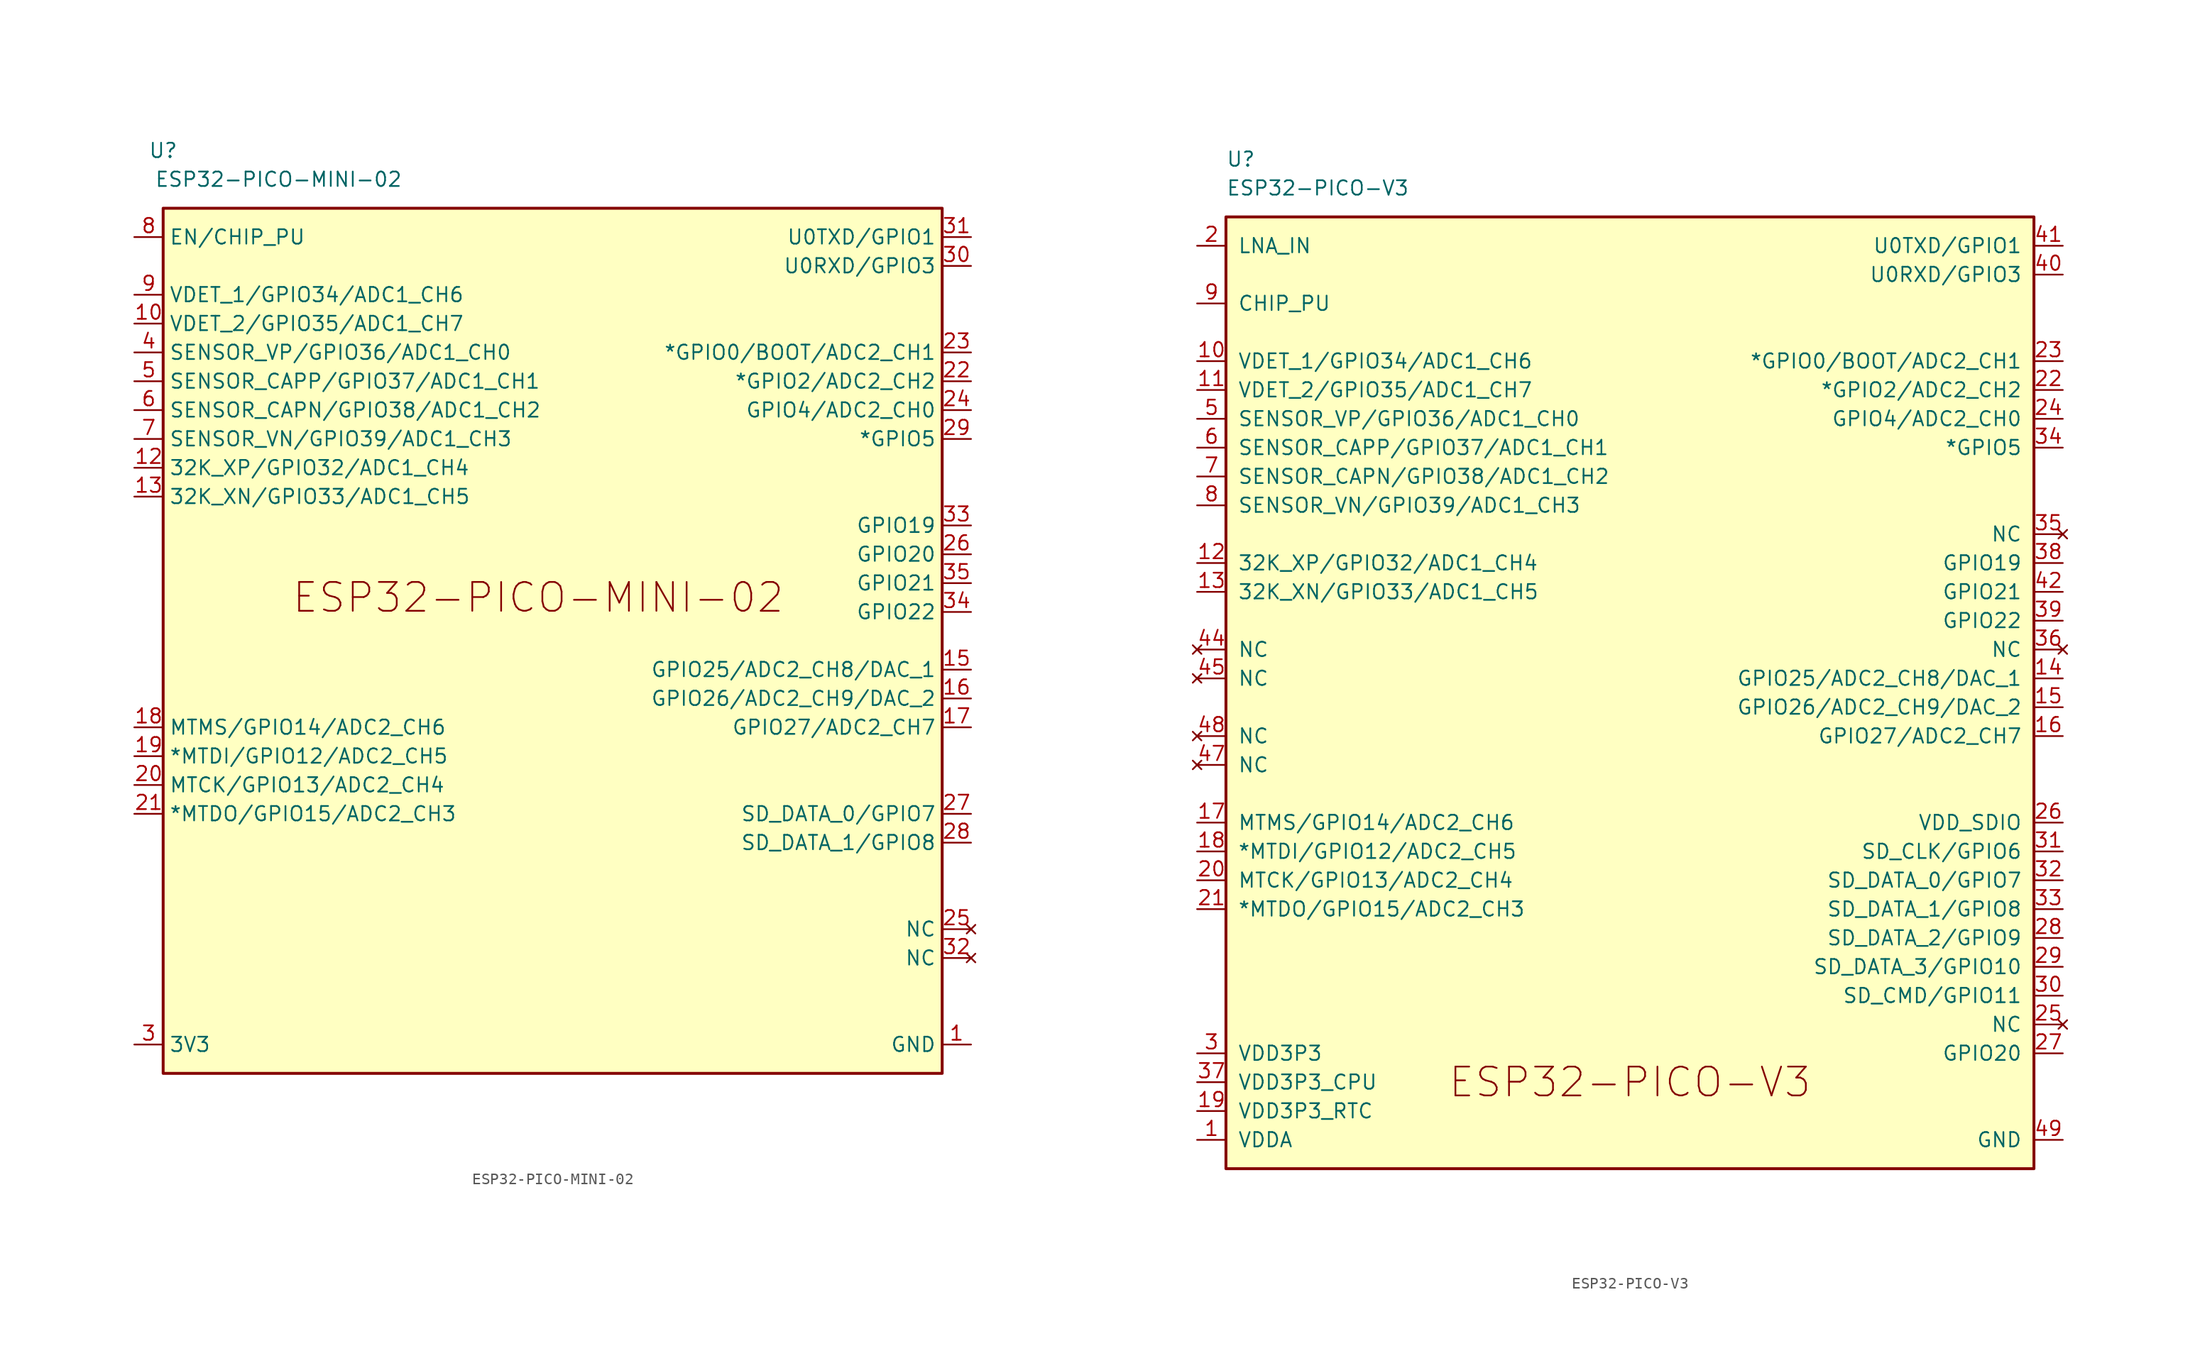
<source format=kicad_sym>
(kicad_symbol_lib
  (version 20211014)
  (generator kicad_symbol_editor)
  (symbol "ESP32-PICO-MINI-02"
    (property "Reference" "U"
      (at -33.02 43.18 0)
      (effects (font (size 1.27 1.27))))
    (property "Value" "ESP32-PICO-MINI-02"
      (at -22.86 40.64 0)
      (effects (font (size 1.27 1.27))))
    (symbol "ESP32-PICO-MINI-02_0_0"
      (text "ESP32-PICO-MINI-02" (at 0 3.81 0) (effects (font (size 2.54 2.54))))
      (pin power_in line (at 38.1 -35.56 180) (length 2.54) (name "GND" (effects (font (size 1.27 1.27)))) (number "1" (effects (font (size 1.27 1.27)))))
      (pin passive line (at 38.1 -35.56 180) (length 2.54) hide (name "GND" (effects (font (size 1.27 1.27)))) (number "37" (effects (font (size 1.27 1.27)))))
      (pin passive line (at 38.1 -35.56 180) (length 2.54) hide (name "GND" (effects (font (size 1.27 1.27)))) (number "38" (effects (font (size 1.27 1.27)))))
      (pin passive line (at 38.1 -35.56 180) (length 2.54) hide (name "GND" (effects (font (size 1.27 1.27)))) (number "39" (effects (font (size 1.27 1.27)))))
      (pin passive line (at 38.1 -35.56 180) (length 2.54) hide (name "GND" (effects (font (size 1.27 1.27)))) (number "40" (effects (font (size 1.27 1.27)))))
      (pin passive line (at 38.1 -35.56 180) (length 2.54) hide (name "GND" (effects (font (size 1.27 1.27)))) (number "41" (effects (font (size 1.27 1.27)))))
      (pin passive line (at 38.1 -35.56 180) (length 2.54) hide (name "GND" (effects (font (size 1.27 1.27)))) (number "42" (effects (font (size 1.27 1.27)))))
      (pin passive line (at 38.1 -35.56 180) (length 2.54) hide (name "GND" (effects (font (size 1.27 1.27)))) (number "43" (effects (font (size 1.27 1.27)))))
      (pin passive line (at 38.1 -35.56 180) (length 2.54) hide (name "GND" (effects (font (size 1.27 1.27)))) (number "44" (effects (font (size 1.27 1.27)))))
      (pin passive line (at 38.1 -35.56 180) (length 2.54) hide (name "GND" (effects (font (size 1.27 1.27)))) (number "45" (effects (font (size 1.27 1.27)))))
      (pin passive line (at 38.1 -35.56 180) (length 2.54) hide (name "GND" (effects (font (size 1.27 1.27)))) (number "46" (effects (font (size 1.27 1.27)))))
      (pin passive line (at 38.1 -35.56 180) (length 2.54) hide (name "GND" (effects (font (size 1.27 1.27)))) (number "47" (effects (font (size 1.27 1.27)))))
      (pin passive line (at 38.1 -35.56 180) (length 2.54) hide (name "GND" (effects (font (size 1.27 1.27)))) (number "48" (effects (font (size 1.27 1.27)))))
      (pin passive line (at 38.1 -35.56 180) (length 2.54) hide (name "GND" (effects (font (size 1.27 1.27)))) (number "49" (effects (font (size 1.27 1.27)))))
      (pin passive line (at 38.1 -35.56 180) (length 2.54) hide (name "GND" (effects (font (size 1.27 1.27)))) (number "50" (effects (font (size 1.27 1.27)))))
      (pin passive line (at 38.1 -35.56 180) (length 2.54) hide (name "GND" (effects (font (size 1.27 1.27)))) (number "51" (effects (font (size 1.27 1.27)))))
      (pin passive line (at 38.1 -35.56 180) (length 2.54) hide (name "GND" (effects (font (size 1.27 1.27)))) (number "52" (effects (font (size 1.27 1.27)))))
      (pin passive line (at 38.1 -35.56 180) (length 2.54) hide (name "GND" (effects (font (size 1.27 1.27)))) (number "53" (effects (font (size 1.27 1.27))))))
    (symbol "ESP32-PICO-MINI-02_0_1"
      (rectangle (start -33.02 38.1) (end 35.56 -38.1) (stroke (width 0.254) (type default) (color 0 0 0 0)) (fill (type background))))
    (symbol "ESP32-PICO-MINI-02_1_1"
      (pin input line (at -35.56 27.94 0) (length 2.54) (name "VDET_2/GPIO35/ADC1_CH7" (effects (font (size 1.27 1.27)))) (number "10" (effects (font (size 1.27 1.27)))))
      (pin passive line (at 38.1 -35.56 180) (length 2.54) hide (name "GND" (effects (font (size 1.27 1.27)))) (number "11" (effects (font (size 1.27 1.27)))))
      (pin bidirectional line (at -35.56 15.24 0) (length 2.54) (name "32K_XP/GPIO32/ADC1_CH4" (effects (font (size 1.27 1.27)))) (number "12" (effects (font (size 1.27 1.27)))))
      (pin bidirectional line (at -35.56 12.7 0) (length 2.54) (name "32K_XN/GPIO33/ADC1_CH5" (effects (font (size 1.27 1.27)))) (number "13" (effects (font (size 1.27 1.27)))))
      (pin passive line (at 38.1 -35.56 180) (length 2.54) hide (name "GND" (effects (font (size 1.27 1.27)))) (number "14" (effects (font (size 1.27 1.27)))))
      (pin bidirectional line (at 38.1 -2.54 180) (length 2.54) (name "GPIO25/ADC2_CH8/DAC_1" (effects (font (size 1.27 1.27)))) (number "15" (effects (font (size 1.27 1.27)))))
      (pin bidirectional line (at 38.1 -5.08 180) (length 2.54) (name "GPIO26/ADC2_CH9/DAC_2" (effects (font (size 1.27 1.27)))) (number "16" (effects (font (size 1.27 1.27)))))
      (pin bidirectional line (at 38.1 -7.62 180) (length 2.54) (name "GPIO27/ADC2_CH7" (effects (font (size 1.27 1.27)))) (number "17" (effects (font (size 1.27 1.27)))))
      (pin bidirectional line (at -35.56 -7.62 0) (length 2.54) (name "MTMS/GPIO14/ADC2_CH6" (effects (font (size 1.27 1.27)))) (number "18" (effects (font (size 1.27 1.27)))))
      (pin bidirectional line (at -35.56 -10.16 0) (length 2.54) (name "*MTDI/GPIO12/ADC2_CH5" (effects (font (size 1.27 1.27)))) (number "19" (effects (font (size 1.27 1.27)))))
      (pin passive line (at 38.1 -35.56 180) (length 2.54) hide (name "GND" (effects (font (size 1.27 1.27)))) (number "2" (effects (font (size 1.27 1.27)))))
      (pin bidirectional line (at -35.56 -12.7 0) (length 2.54) (name "MTCK/GPIO13/ADC2_CH4" (effects (font (size 1.27 1.27)))) (number "20" (effects (font (size 1.27 1.27)))))
      (pin bidirectional line (at -35.56 -15.24 0) (length 2.54) (name "*MTDO/GPIO15/ADC2_CH3" (effects (font (size 1.27 1.27)))) (number "21" (effects (font (size 1.27 1.27)))))
      (pin bidirectional line (at 38.1 22.86 180) (length 2.54) (name "*GPIO2/ADC2_CH2" (effects (font (size 1.27 1.27)))) (number "22" (effects (font (size 1.27 1.27)))))
      (pin bidirectional line (at 38.1 25.4 180) (length 2.54) (name "*GPIO0/BOOT/ADC2_CH1" (effects (font (size 1.27 1.27)))) (number "23" (effects (font (size 1.27 1.27)))))
      (pin bidirectional line (at 38.1 20.32 180) (length 2.54) (name "GPIO4/ADC2_CH0" (effects (font (size 1.27 1.27)))) (number "24" (effects (font (size 1.27 1.27)))))
      (pin no_connect line (at 38.1 -25.4 180) (length 2.54) (name "NC" (effects (font (size 1.27 1.27)))) (number "25" (effects (font (size 1.27 1.27)))))
      (pin bidirectional line (at 38.1 7.62 180) (length 2.54) (name "GPIO20" (effects (font (size 1.27 1.27)))) (number "26" (effects (font (size 1.27 1.27)))))
      (pin bidirectional line (at 38.1 -15.24 180) (length 2.54) (name "SD_DATA_0/GPIO7" (effects (font (size 1.27 1.27)))) (number "27" (effects (font (size 1.27 1.27)))))
      (pin bidirectional line (at 38.1 -17.78 180) (length 2.54) (name "SD_DATA_1/GPIO8" (effects (font (size 1.27 1.27)))) (number "28" (effects (font (size 1.27 1.27)))))
      (pin bidirectional line (at 38.1 17.78 180) (length 2.54) (name "*GPIO5" (effects (font (size 1.27 1.27)))) (number "29" (effects (font (size 1.27 1.27)))))
      (pin power_in line (at -35.56 -35.56 0) (length 2.54) (name "3V3" (effects (font (size 1.27 1.27)))) (number "3" (effects (font (size 1.27 1.27)))))
      (pin bidirectional line (at 38.1 33.02 180) (length 2.54) (name "U0RXD/GPIO3" (effects (font (size 1.27 1.27)))) (number "30" (effects (font (size 1.27 1.27)))))
      (pin bidirectional line (at 38.1 35.56 180) (length 2.54) (name "U0TXD/GPIO1" (effects (font (size 1.27 1.27)))) (number "31" (effects (font (size 1.27 1.27)))))
      (pin no_connect line (at 38.1 -27.94 180) (length 2.54) (name "NC" (effects (font (size 1.27 1.27)))) (number "32" (effects (font (size 1.27 1.27)))))
      (pin bidirectional line (at 38.1 10.16 180) (length 2.54) (name "GPIO19" (effects (font (size 1.27 1.27)))) (number "33" (effects (font (size 1.27 1.27)))))
      (pin bidirectional line (at 38.1 2.54 180) (length 2.54) (name "GPIO22" (effects (font (size 1.27 1.27)))) (number "34" (effects (font (size 1.27 1.27)))))
      (pin bidirectional line (at 38.1 5.08 180) (length 2.54) (name "GPIO21" (effects (font (size 1.27 1.27)))) (number "35" (effects (font (size 1.27 1.27)))))
      (pin passive line (at 38.1 -35.56 180) (length 2.54) hide (name "GND" (effects (font (size 1.27 1.27)))) (number "36" (effects (font (size 1.27 1.27)))))
      (pin input line (at -35.56 25.4 0) (length 2.54) (name "SENSOR_VP/GPIO36/ADC1_CH0" (effects (font (size 1.27 1.27)))) (number "4" (effects (font (size 1.27 1.27)))))
      (pin input line (at -35.56 22.86 0) (length 2.54) (name "SENSOR_CAPP/GPIO37/ADC1_CH1" (effects (font (size 1.27 1.27)))) (number "5" (effects (font (size 1.27 1.27)))))
      (pin input line (at -35.56 20.32 0) (length 2.54) (name "SENSOR_CAPN/GPIO38/ADC1_CH2" (effects (font (size 1.27 1.27)))) (number "6" (effects (font (size 1.27 1.27)))))
      (pin input line (at -35.56 17.78 0) (length 2.54) (name "SENSOR_VN/GPIO39/ADC1_CH3" (effects (font (size 1.27 1.27)))) (number "7" (effects (font (size 1.27 1.27)))))
      (pin input line (at -35.56 35.56 0) (length 2.54) (name "EN/CHIP_PU" (effects (font (size 1.27 1.27)))) (number "8" (effects (font (size 1.27 1.27)))))
      (pin input line (at -35.56 30.48 0) (length 2.54) (name "VDET_1/GPIO34/ADC1_CH6" (effects (font (size 1.27 1.27)))) (number "9" (effects (font (size 1.27 1.27)))))))
  (symbol "ESP32-PICO-V3"
    (pin_names
      (offset 1.016))
    (property "Reference" "U"
      (at -35.56 48.26 0)
      (effects (font (size 1.27 1.27)) (justify left)))
    (property "Value" "ESP32-PICO-V3"
      (at -35.56 45.72 0)
      (effects (font (size 1.27 1.27)) (justify left)))
    (symbol "ESP32-PICO-V3_0_0"
      (text "ESP32-PICO-V3" (at 0 -33.02 0) (effects (font (size 2.54 2.54)))))
    (symbol "ESP32-PICO-V3_0_1"
      (rectangle (start -35.56 43.18) (end 35.56 -40.64) (stroke (width 0.254) (type default) (color 0 0 0 0)) (fill (type background))))
    (symbol "ESP32-PICO-V3_1_1"
      (pin power_in line (at -38.1 -38.1 0) (length 2.54) (name "VDDA" (effects (font (size 1.27 1.27)))) (number "1" (effects (font (size 1.27 1.27)))))
      (pin input line (at -38.1 30.48 0) (length 2.54) (name "VDET_1/GPIO34/ADC1_CH6" (effects (font (size 1.27 1.27)))) (number "10" (effects (font (size 1.27 1.27)))))
      (pin input line (at -38.1 27.94 0) (length 2.54) (name "VDET_2/GPIO35/ADC1_CH7" (effects (font (size 1.27 1.27)))) (number "11" (effects (font (size 1.27 1.27)))))
      (pin bidirectional line (at -38.1 12.7 0) (length 2.54) (name "32K_XP/GPIO32/ADC1_CH4" (effects (font (size 1.27 1.27)))) (number "12" (effects (font (size 1.27 1.27)))))
      (pin bidirectional line (at -38.1 10.16 0) (length 2.54) (name "32K_XN/GPIO33/ADC1_CH5" (effects (font (size 1.27 1.27)))) (number "13" (effects (font (size 1.27 1.27)))))
      (pin bidirectional line (at 38.1 2.54 180) (length 2.54) (name "GPIO25/ADC2_CH8/DAC_1" (effects (font (size 1.27 1.27)))) (number "14" (effects (font (size 1.27 1.27)))))
      (pin bidirectional line (at 38.1 0 180) (length 2.54) (name "GPIO26/ADC2_CH9/DAC_2" (effects (font (size 1.27 1.27)))) (number "15" (effects (font (size 1.27 1.27)))))
      (pin bidirectional line (at 38.1 -2.54 180) (length 2.54) (name "GPIO27/ADC2_CH7" (effects (font (size 1.27 1.27)))) (number "16" (effects (font (size 1.27 1.27)))))
      (pin bidirectional line (at -38.1 -10.16 0) (length 2.54) (name "MTMS/GPIO14/ADC2_CH6" (effects (font (size 1.27 1.27)))) (number "17" (effects (font (size 1.27 1.27)))))
      (pin bidirectional line (at -38.1 -12.7 0) (length 2.54) (name "*MTDI/GPIO12/ADC2_CH5" (effects (font (size 1.27 1.27)))) (number "18" (effects (font (size 1.27 1.27)))))
      (pin power_in line (at -38.1 -35.56 0) (length 2.54) (name "VDD3P3_RTC" (effects (font (size 1.27 1.27)))) (number "19" (effects (font (size 1.27 1.27)))))
      (pin bidirectional line (at -38.1 40.64 0) (length 2.54) (name "LNA_IN" (effects (font (size 1.27 1.27)))) (number "2" (effects (font (size 1.27 1.27)))))
      (pin bidirectional line (at -38.1 -15.24 0) (length 2.54) (name "MTCK/GPIO13/ADC2_CH4" (effects (font (size 1.27 1.27)))) (number "20" (effects (font (size 1.27 1.27)))))
      (pin bidirectional line (at -38.1 -17.78 0) (length 2.54) (name "*MTDO/GPIO15/ADC2_CH3" (effects (font (size 1.27 1.27)))) (number "21" (effects (font (size 1.27 1.27)))))
      (pin bidirectional line (at 38.1 27.94 180) (length 2.54) (name "*GPIO2/ADC2_CH2" (effects (font (size 1.27 1.27)))) (number "22" (effects (font (size 1.27 1.27)))))
      (pin bidirectional line (at 38.1 30.48 180) (length 2.54) (name "*GPIO0/BOOT/ADC2_CH1" (effects (font (size 1.27 1.27)))) (number "23" (effects (font (size 1.27 1.27)))))
      (pin bidirectional line (at 38.1 25.4 180) (length 2.54) (name "GPIO4/ADC2_CH0" (effects (font (size 1.27 1.27)))) (number "24" (effects (font (size 1.27 1.27)))))
      (pin no_connect line (at 38.1 -27.94 180) (length 2.54) (name "NC" (effects (font (size 1.27 1.27)))) (number "25" (effects (font (size 1.27 1.27)))))
      (pin power_out line (at 38.1 -10.16 180) (length 2.54) (name "VDD_SDIO" (effects (font (size 1.27 1.27)))) (number "26" (effects (font (size 1.27 1.27)))))
      (pin bidirectional line (at 38.1 -30.48 180) (length 2.54) (name "GPIO20" (effects (font (size 1.27 1.27)))) (number "27" (effects (font (size 1.27 1.27)))))
      (pin bidirectional line (at 38.1 -20.32 180) (length 2.54) (name "SD_DATA_2/GPIO9" (effects (font (size 1.27 1.27)))) (number "28" (effects (font (size 1.27 1.27)))))
      (pin bidirectional line (at 38.1 -22.86 180) (length 2.54) (name "SD_DATA_3/GPIO10" (effects (font (size 1.27 1.27)))) (number "29" (effects (font (size 1.27 1.27)))))
      (pin power_in line (at -38.1 -30.48 0) (length 2.54) (name "VDD3P3" (effects (font (size 1.27 1.27)))) (number "3" (effects (font (size 1.27 1.27)))))
      (pin bidirectional line (at 38.1 -25.4 180) (length 2.54) (name "SD_CMD/GPIO11" (effects (font (size 1.27 1.27)))) (number "30" (effects (font (size 1.27 1.27)))))
      (pin bidirectional line (at 38.1 -12.7 180) (length 2.54) (name "SD_CLK/GPIO6" (effects (font (size 1.27 1.27)))) (number "31" (effects (font (size 1.27 1.27)))))
      (pin bidirectional line (at 38.1 -15.24 180) (length 2.54) (name "SD_DATA_0/GPIO7" (effects (font (size 1.27 1.27)))) (number "32" (effects (font (size 1.27 1.27)))))
      (pin bidirectional line (at 38.1 -17.78 180) (length 2.54) (name "SD_DATA_1/GPIO8" (effects (font (size 1.27 1.27)))) (number "33" (effects (font (size 1.27 1.27)))))
      (pin bidirectional line (at 38.1 22.86 180) (length 2.54) (name "*GPIO5" (effects (font (size 1.27 1.27)))) (number "34" (effects (font (size 1.27 1.27)))))
      (pin no_connect line (at 38.1 15.24 180) (length 2.54) (name "NC" (effects (font (size 1.27 1.27)))) (number "35" (effects (font (size 1.27 1.27)))))
      (pin no_connect line (at 38.1 5.08 180) (length 2.54) (name "NC" (effects (font (size 1.27 1.27)))) (number "36" (effects (font (size 1.27 1.27)))))
      (pin power_in line (at -38.1 -33.02 0) (length 2.54) (name "VDD3P3_CPU" (effects (font (size 1.27 1.27)))) (number "37" (effects (font (size 1.27 1.27)))))
      (pin bidirectional line (at 38.1 12.7 180) (length 2.54) (name "GPIO19" (effects (font (size 1.27 1.27)))) (number "38" (effects (font (size 1.27 1.27)))))
      (pin bidirectional line (at 38.1 7.62 180) (length 2.54) (name "GPIO22" (effects (font (size 1.27 1.27)))) (number "39" (effects (font (size 1.27 1.27)))))
      (pin passive line (at -38.1 -30.48 0) (length 2.54) hide (name "VDD3P3" (effects (font (size 1.27 1.27)))) (number "4" (effects (font (size 1.27 1.27)))))
      (pin bidirectional line (at 38.1 38.1 180) (length 2.54) (name "U0RXD/GPIO3" (effects (font (size 1.27 1.27)))) (number "40" (effects (font (size 1.27 1.27)))))
      (pin bidirectional line (at 38.1 40.64 180) (length 2.54) (name "U0TXD/GPIO1" (effects (font (size 1.27 1.27)))) (number "41" (effects (font (size 1.27 1.27)))))
      (pin bidirectional line (at 38.1 10.16 180) (length 2.54) (name "GPIO21" (effects (font (size 1.27 1.27)))) (number "42" (effects (font (size 1.27 1.27)))))
      (pin passive line (at -38.1 -38.1 0) (length 2.54) hide (name "VDDA" (effects (font (size 1.27 1.27)))) (number "43" (effects (font (size 1.27 1.27)))))
      (pin no_connect line (at -38.1 5.08 0) (length 2.54) (name "NC" (effects (font (size 1.27 1.27)))) (number "44" (effects (font (size 1.27 1.27)))))
      (pin no_connect line (at -38.1 2.54 0) (length 2.54) (name "NC" (effects (font (size 1.27 1.27)))) (number "45" (effects (font (size 1.27 1.27)))))
      (pin passive line (at -38.1 -38.1 0) (length 2.54) hide (name "VDDA" (effects (font (size 1.27 1.27)))) (number "46" (effects (font (size 1.27 1.27)))))
      (pin no_connect line (at -38.1 -5.08 0) (length 2.54) (name "NC" (effects (font (size 1.27 1.27)))) (number "47" (effects (font (size 1.27 1.27)))))
      (pin no_connect line (at -38.1 -2.54 0) (length 2.54) (name "NC" (effects (font (size 1.27 1.27)))) (number "48" (effects (font (size 1.27 1.27)))))
      (pin power_in line (at 38.1 -38.1 180) (length 2.54) (name "GND" (effects (font (size 1.27 1.27)))) (number "49" (effects (font (size 1.27 1.27)))))
      (pin input line (at -38.1 25.4 0) (length 2.54) (name "SENSOR_VP/GPIO36/ADC1_CH0" (effects (font (size 1.27 1.27)))) (number "5" (effects (font (size 1.27 1.27)))))
      (pin input line (at -38.1 22.86 0) (length 2.54) (name "SENSOR_CAPP/GPIO37/ADC1_CH1" (effects (font (size 1.27 1.27)))) (number "6" (effects (font (size 1.27 1.27)))))
      (pin input line (at -38.1 20.32 0) (length 2.54) (name "SENSOR_CAPN/GPIO38/ADC1_CH2" (effects (font (size 1.27 1.27)))) (number "7" (effects (font (size 1.27 1.27)))))
      (pin input line (at -38.1 17.78 0) (length 2.54) (name "SENSOR_VN/GPIO39/ADC1_CH3" (effects (font (size 1.27 1.27)))) (number "8" (effects (font (size 1.27 1.27)))))
      (pin input line (at -38.1 35.56 0) (length 2.54) (name "CHIP_PU" (effects (font (size 1.27 1.27)))) (number "9" (effects (font (size 1.27 1.27))))))))
</source>
